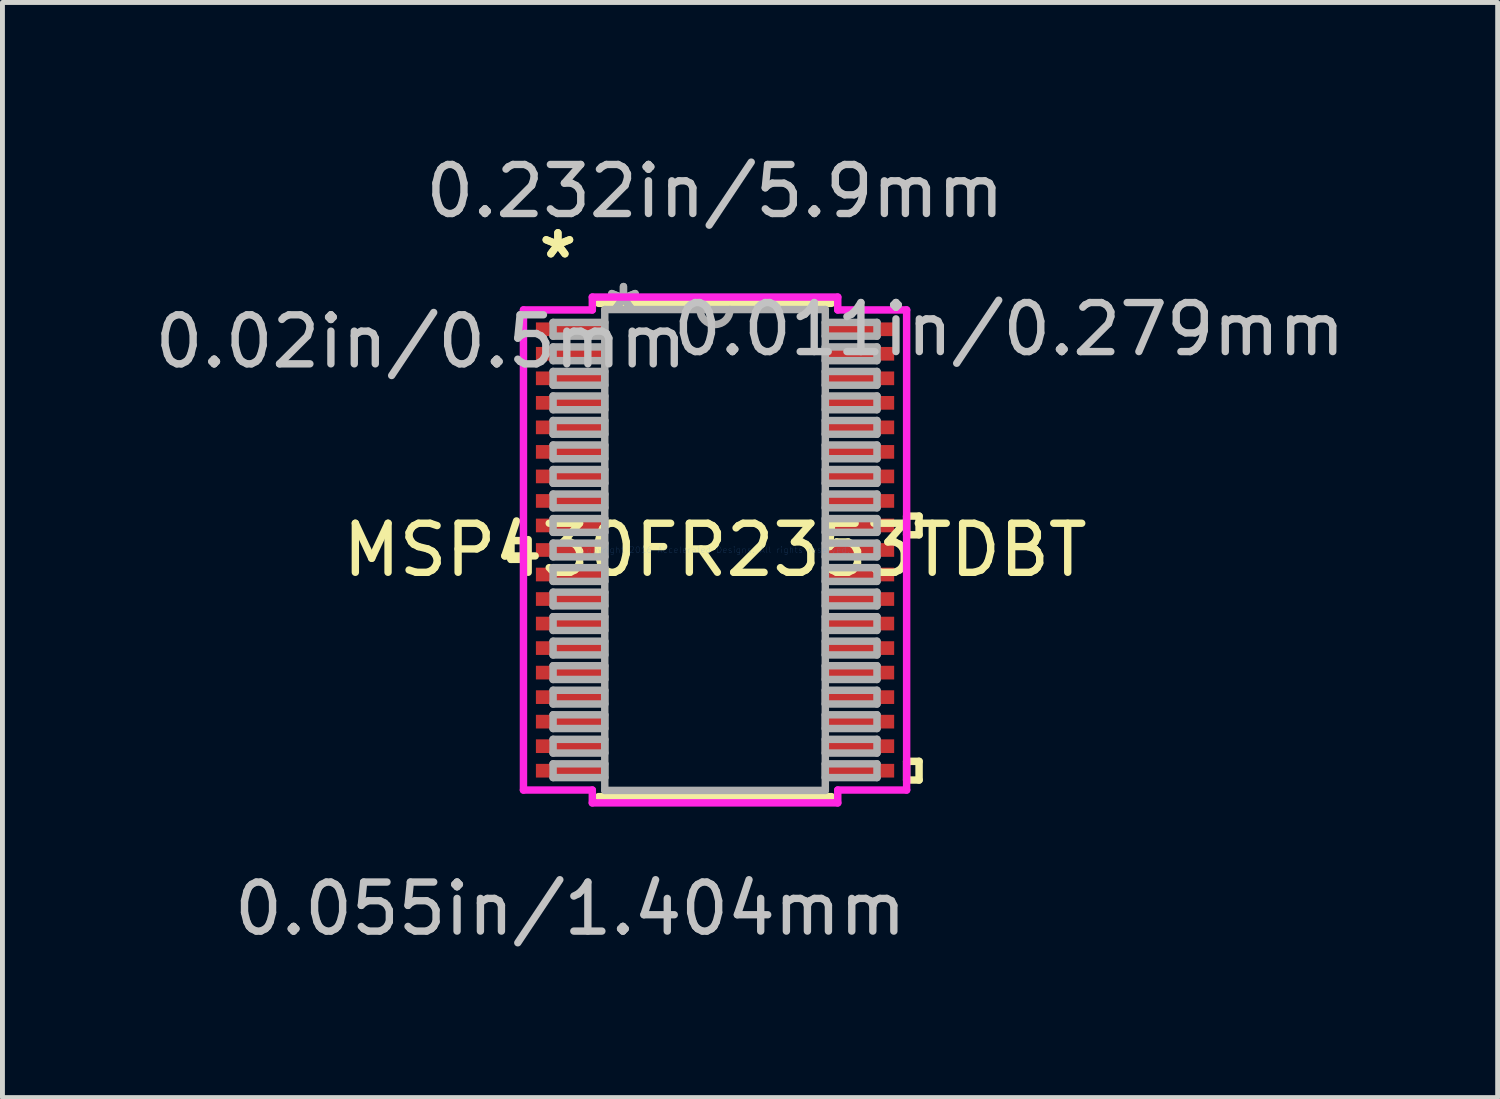
<source format=kicad_pcb>
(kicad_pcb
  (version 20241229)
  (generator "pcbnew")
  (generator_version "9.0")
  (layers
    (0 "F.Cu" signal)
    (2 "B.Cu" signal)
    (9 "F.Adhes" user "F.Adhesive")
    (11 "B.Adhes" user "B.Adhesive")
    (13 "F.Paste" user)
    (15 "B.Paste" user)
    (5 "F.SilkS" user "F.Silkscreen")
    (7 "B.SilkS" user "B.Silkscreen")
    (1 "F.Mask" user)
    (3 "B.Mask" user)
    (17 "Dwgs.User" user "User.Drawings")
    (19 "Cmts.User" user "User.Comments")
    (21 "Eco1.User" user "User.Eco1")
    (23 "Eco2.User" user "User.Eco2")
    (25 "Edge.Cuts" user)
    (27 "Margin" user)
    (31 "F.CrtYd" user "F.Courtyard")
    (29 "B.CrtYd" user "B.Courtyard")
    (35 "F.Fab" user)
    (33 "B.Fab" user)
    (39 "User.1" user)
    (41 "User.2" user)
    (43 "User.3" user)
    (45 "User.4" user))
  (footprint "MSP430FR2353TDBT"
    (layer "F.Cu")
    (at 11.528 8.163)
    (property "Reference" "MSP430FR2353TDBT" (at 0 0 0) (layer "F.SilkS") (effects (font (size 1 1) (thickness 0.15))))
    (attr through_hole)
    (fp_line (start -4.16 -0.191) (end -4.16 0.191) (stroke (width 0.152) (type solid)) (layer "F.SilkS"))
    (fp_line (start -4.16 0.191) (end -3.906 0.191) (stroke (width 0.152) (type solid)) (layer "F.SilkS"))
    (fp_line (start -3.906 -0.191) (end -4.16 -0.191) (stroke (width 0.152) (type solid)) (layer "F.SilkS"))
    (fp_line (start -3.906 0.191) (end -3.906 -0.191) (stroke (width 0.152) (type solid)) (layer "F.SilkS"))
    (fp_line (start -2.375 5.029) (end 2.375 5.029) (stroke (width 0.152) (type solid)) (layer "F.SilkS"))
    (fp_line (start 2.375 -5.029) (end -2.375 -5.029) (stroke (width 0.152) (type solid)) (layer "F.SilkS"))
    (fp_line (start 3.906 -0.691) (end 4.16 -0.691) (stroke (width 0.152) (type solid)) (layer "F.SilkS"))
    (fp_line (start 3.906 -0.31) (end 3.906 -0.691) (stroke (width 0.152) (type solid)) (layer "F.SilkS"))
    (fp_line (start 3.906 4.309) (end 4.16 4.309) (stroke (width 0.152) (type solid)) (layer "F.SilkS"))
    (fp_line (start 3.906 4.69) (end 3.906 4.309) (stroke (width 0.152) (type solid)) (layer "F.SilkS"))
    (fp_line (start 4.16 -0.691) (end 4.16 -0.31) (stroke (width 0.152) (type solid)) (layer "F.SilkS"))
    (fp_line (start 4.16 -0.31) (end 3.906 -0.31) (stroke (width 0.152) (type solid)) (layer "F.SilkS"))
    (fp_line (start 4.16 4.309) (end 4.16 4.69) (stroke (width 0.152) (type solid)) (layer "F.SilkS"))
    (fp_line (start 4.16 4.69) (end 3.906 4.69) (stroke (width 0.152) (type solid)) (layer "F.SilkS"))
    (fp_line (start -3.906 -4.894) (end -2.502 -4.894) (stroke (width 0.152) (type solid)) (layer "F.CrtYd"))
    (fp_line (start -3.906 4.894) (end -3.906 -4.894) (stroke (width 0.152) (type solid)) (layer "F.CrtYd"))
    (fp_line (start -2.502 -5.156) (end 2.502 -5.156) (stroke (width 0.152) (type solid)) (layer "F.CrtYd"))
    (fp_line (start -2.502 -4.894) (end -2.502 -5.156) (stroke (width 0.152) (type solid)) (layer "F.CrtYd"))
    (fp_line (start -2.502 4.894) (end -3.906 4.894) (stroke (width 0.152) (type solid)) (layer "F.CrtYd"))
    (fp_line (start -2.502 5.156) (end -2.502 4.894) (stroke (width 0.152) (type solid)) (layer "F.CrtYd"))
    (fp_line (start 2.502 -5.156) (end 2.502 -4.894) (stroke (width 0.152) (type solid)) (layer "F.CrtYd"))
    (fp_line (start 2.502 -4.894) (end 3.906 -4.894) (stroke (width 0.152) (type solid)) (layer "F.CrtYd"))
    (fp_line (start 2.502 4.894) (end 2.502 5.156) (stroke (width 0.152) (type solid)) (layer "F.CrtYd"))
    (fp_line (start 2.502 5.156) (end -2.502 5.156) (stroke (width 0.152) (type solid)) (layer "F.CrtYd"))
    (fp_line (start 3.906 -4.894) (end 3.906 4.894) (stroke (width 0.152) (type solid)) (layer "F.CrtYd"))
    (fp_line (start 3.906 4.894) (end 2.502 4.894) (stroke (width 0.152) (type solid)) (layer "F.CrtYd"))
    (fp_line (start -3.302 -4.64) (end -3.302 -4.36) (stroke (width 0.152) (type solid)) (layer "F.Fab"))
    (fp_line (start -3.302 -4.36) (end -2.248 -4.36) (stroke (width 0.152) (type solid)) (layer "F.Fab"))
    (fp_line (start -3.302 -4.14) (end -3.302 -3.86) (stroke (width 0.152) (type solid)) (layer "F.Fab"))
    (fp_line (start -3.302 -3.86) (end -2.248 -3.86) (stroke (width 0.152) (type solid)) (layer "F.Fab"))
    (fp_line (start -3.302 -3.64) (end -3.302 -3.36) (stroke (width 0.152) (type solid)) (layer "F.Fab"))
    (fp_line (start -3.302 -3.36) (end -2.248 -3.36) (stroke (width 0.152) (type solid)) (layer "F.Fab"))
    (fp_line (start -3.302 -3.14) (end -3.302 -2.86) (stroke (width 0.152) (type solid)) (layer "F.Fab"))
    (fp_line (start -3.302 -2.86) (end -2.248 -2.86) (stroke (width 0.152) (type solid)) (layer "F.Fab"))
    (fp_line (start -3.302 -2.64) (end -3.302 -2.36) (stroke (width 0.152) (type solid)) (layer "F.Fab"))
    (fp_line (start -3.302 -2.36) (end -2.248 -2.36) (stroke (width 0.152) (type solid)) (layer "F.Fab"))
    (fp_line (start -3.302 -2.14) (end -3.302 -1.86) (stroke (width 0.152) (type solid)) (layer "F.Fab"))
    (fp_line (start -3.302 -1.86) (end -2.248 -1.86) (stroke (width 0.152) (type solid)) (layer "F.Fab"))
    (fp_line (start -3.302 -1.64) (end -3.302 -1.36) (stroke (width 0.152) (type solid)) (layer "F.Fab"))
    (fp_line (start -3.302 -1.36) (end -2.248 -1.36) (stroke (width 0.152) (type solid)) (layer "F.Fab"))
    (fp_line (start -3.302 -1.14) (end -3.302 -0.86) (stroke (width 0.152) (type solid)) (layer "F.Fab"))
    (fp_line (start -3.302 -0.86) (end -2.248 -0.86) (stroke (width 0.152) (type solid)) (layer "F.Fab"))
    (fp_line (start -3.302 -0.64) (end -3.302 -0.36) (stroke (width 0.152) (type solid)) (layer "F.Fab"))
    (fp_line (start -3.302 -0.36) (end -2.248 -0.36) (stroke (width 0.152) (type solid)) (layer "F.Fab"))
    (fp_line (start -3.302 -0.14) (end -3.302 0.14) (stroke (width 0.152) (type solid)) (layer "F.Fab"))
    (fp_line (start -3.302 0.14) (end -2.248 0.14) (stroke (width 0.152) (type solid)) (layer "F.Fab"))
    (fp_line (start -3.302 0.36) (end -3.302 0.64) (stroke (width 0.152) (type solid)) (layer "F.Fab"))
    (fp_line (start -3.302 0.64) (end -2.248 0.64) (stroke (width 0.152) (type solid)) (layer "F.Fab"))
    (fp_line (start -3.302 0.86) (end -3.302 1.14) (stroke (width 0.152) (type solid)) (layer "F.Fab"))
    (fp_line (start -3.302 1.14) (end -2.248 1.14) (stroke (width 0.152) (type solid)) (layer "F.Fab"))
    (fp_line (start -3.302 1.36) (end -3.302 1.64) (stroke (width 0.152) (type solid)) (layer "F.Fab"))
    (fp_line (start -3.302 1.64) (end -2.248 1.64) (stroke (width 0.152) (type solid)) (layer "F.Fab"))
    (fp_line (start -3.302 1.86) (end -3.302 2.14) (stroke (width 0.152) (type solid)) (layer "F.Fab"))
    (fp_line (start -3.302 2.14) (end -2.248 2.14) (stroke (width 0.152) (type solid)) (layer "F.Fab"))
    (fp_line (start -3.302 2.36) (end -3.302 2.64) (stroke (width 0.152) (type solid)) (layer "F.Fab"))
    (fp_line (start -3.302 2.64) (end -2.248 2.64) (stroke (width 0.152) (type solid)) (layer "F.Fab"))
    (fp_line (start -3.302 2.86) (end -3.302 3.14) (stroke (width 0.152) (type solid)) (layer "F.Fab"))
    (fp_line (start -3.302 3.14) (end -2.248 3.14) (stroke (width 0.152) (type solid)) (layer "F.Fab"))
    (fp_line (start -3.302 3.36) (end -3.302 3.64) (stroke (width 0.152) (type solid)) (layer "F.Fab"))
    (fp_line (start -3.302 3.64) (end -2.248 3.64) (stroke (width 0.152) (type solid)) (layer "F.Fab"))
    (fp_line (start -3.302 3.86) (end -3.302 4.14) (stroke (width 0.152) (type solid)) (layer "F.Fab"))
    (fp_line (start -3.302 4.14) (end -2.248 4.14) (stroke (width 0.152) (type solid)) (layer "F.Fab"))
    (fp_line (start -3.302 4.36) (end -3.302 4.64) (stroke (width 0.152) (type solid)) (layer "F.Fab"))
    (fp_line (start -3.302 4.64) (end -2.248 4.64) (stroke (width 0.152) (type solid)) (layer "F.Fab"))
    (fp_line (start -2.248 -4.902) (end -2.248 4.902) (stroke (width 0.152) (type solid)) (layer "F.Fab"))
    (fp_line (start -2.248 -4.64) (end -3.302 -4.64) (stroke (width 0.152) (type solid)) (layer "F.Fab"))
    (fp_line (start -2.248 -4.36) (end -2.248 -4.64) (stroke (width 0.152) (type solid)) (layer "F.Fab"))
    (fp_line (start -2.248 -4.14) (end -3.302 -4.14) (stroke (width 0.152) (type solid)) (layer "F.Fab"))
    (fp_line (start -2.248 -3.86) (end -2.248 -4.14) (stroke (width 0.152) (type solid)) (layer "F.Fab"))
    (fp_line (start -2.248 -3.64) (end -3.302 -3.64) (stroke (width 0.152) (type solid)) (layer "F.Fab"))
    (fp_line (start -2.248 -3.36) (end -2.248 -3.64) (stroke (width 0.152) (type solid)) (layer "F.Fab"))
    (fp_line (start -2.248 -3.14) (end -3.302 -3.14) (stroke (width 0.152) (type solid)) (layer "F.Fab"))
    (fp_line (start -2.248 -2.86) (end -2.248 -3.14) (stroke (width 0.152) (type solid)) (layer "F.Fab"))
    (fp_line (start -2.248 -2.64) (end -3.302 -2.64) (stroke (width 0.152) (type solid)) (layer "F.Fab"))
    (fp_line (start -2.248 -2.36) (end -2.248 -2.64) (stroke (width 0.152) (type solid)) (layer "F.Fab"))
    (fp_line (start -2.248 -2.14) (end -3.302 -2.14) (stroke (width 0.152) (type solid)) (layer "F.Fab"))
    (fp_line (start -2.248 -1.86) (end -2.248 -2.14) (stroke (width 0.152) (type solid)) (layer "F.Fab"))
    (fp_line (start -2.248 -1.64) (end -3.302 -1.64) (stroke (width 0.152) (type solid)) (layer "F.Fab"))
    (fp_line (start -2.248 -1.36) (end -2.248 -1.64) (stroke (width 0.152) (type solid)) (layer "F.Fab"))
    (fp_line (start -2.248 -1.14) (end -3.302 -1.14) (stroke (width 0.152) (type solid)) (layer "F.Fab"))
    (fp_line (start -2.248 -0.86) (end -2.248 -1.14) (stroke (width 0.152) (type solid)) (layer "F.Fab"))
    (fp_line (start -2.248 -0.64) (end -3.302 -0.64) (stroke (width 0.152) (type solid)) (layer "F.Fab"))
    (fp_line (start -2.248 -0.36) (end -2.248 -0.64) (stroke (width 0.152) (type solid)) (layer "F.Fab"))
    (fp_line (start -2.248 -0.14) (end -3.302 -0.14) (stroke (width 0.152) (type solid)) (layer "F.Fab"))
    (fp_line (start -2.248 0.14) (end -2.248 -0.14) (stroke (width 0.152) (type solid)) (layer "F.Fab"))
    (fp_line (start -2.248 0.36) (end -3.302 0.36) (stroke (width 0.152) (type solid)) (layer "F.Fab"))
    (fp_line (start -2.248 0.64) (end -2.248 0.36) (stroke (width 0.152) (type solid)) (layer "F.Fab"))
    (fp_line (start -2.248 0.86) (end -3.302 0.86) (stroke (width 0.152) (type solid)) (layer "F.Fab"))
    (fp_line (start -2.248 1.14) (end -2.248 0.86) (stroke (width 0.152) (type solid)) (layer "F.Fab"))
    (fp_line (start -2.248 1.36) (end -3.302 1.36) (stroke (width 0.152) (type solid)) (layer "F.Fab"))
    (fp_line (start -2.248 1.64) (end -2.248 1.36) (stroke (width 0.152) (type solid)) (layer "F.Fab"))
    (fp_line (start -2.248 1.86) (end -3.302 1.86) (stroke (width 0.152) (type solid)) (layer "F.Fab"))
    (fp_line (start -2.248 2.14) (end -2.248 1.86) (stroke (width 0.152) (type solid)) (layer "F.Fab"))
    (fp_line (start -2.248 2.36) (end -3.302 2.36) (stroke (width 0.152) (type solid)) (layer "F.Fab"))
    (fp_line (start -2.248 2.64) (end -2.248 2.36) (stroke (width 0.152) (type solid)) (layer "F.Fab"))
    (fp_line (start -2.248 2.86) (end -3.302 2.86) (stroke (width 0.152) (type solid)) (layer "F.Fab"))
    (fp_line (start -2.248 3.14) (end -2.248 2.86) (stroke (width 0.152) (type solid)) (layer "F.Fab"))
    (fp_line (start -2.248 3.36) (end -3.302 3.36) (stroke (width 0.152) (type solid)) (layer "F.Fab"))
    (fp_line (start -2.248 3.64) (end -2.248 3.36) (stroke (width 0.152) (type solid)) (layer "F.Fab"))
    (fp_line (start -2.248 3.86) (end -3.302 3.86) (stroke (width 0.152) (type solid)) (layer "F.Fab"))
    (fp_line (start -2.248 4.14) (end -2.248 3.86) (stroke (width 0.152) (type solid)) (layer "F.Fab"))
    (fp_line (start -2.248 4.36) (end -3.302 4.36) (stroke (width 0.152) (type solid)) (layer "F.Fab"))
    (fp_line (start -2.248 4.64) (end -2.248 4.36) (stroke (width 0.152) (type solid)) (layer "F.Fab"))
    (fp_line (start -2.248 4.902) (end 2.248 4.902) (stroke (width 0.152) (type solid)) (layer "F.Fab"))
    (fp_line (start 2.248 -4.902) (end -2.248 -4.902) (stroke (width 0.152) (type solid)) (layer "F.Fab"))
    (fp_line (start 2.248 -4.64) (end 2.248 -4.36) (stroke (width 0.152) (type solid)) (layer "F.Fab"))
    (fp_line (start 2.248 -4.36) (end 3.302 -4.36) (stroke (width 0.152) (type solid)) (layer "F.Fab"))
    (fp_line (start 2.248 -4.14) (end 2.248 -3.86) (stroke (width 0.152) (type solid)) (layer "F.Fab"))
    (fp_line (start 2.248 -3.86) (end 3.302 -3.86) (stroke (width 0.152) (type solid)) (layer "F.Fab"))
    (fp_line (start 2.248 -3.64) (end 2.248 -3.36) (stroke (width 0.152) (type solid)) (layer "F.Fab"))
    (fp_line (start 2.248 -3.36) (end 3.302 -3.36) (stroke (width 0.152) (type solid)) (layer "F.Fab"))
    (fp_line (start 2.248 -3.14) (end 2.248 -2.86) (stroke (width 0.152) (type solid)) (layer "F.Fab"))
    (fp_line (start 2.248 -2.86) (end 3.302 -2.86) (stroke (width 0.152) (type solid)) (layer "F.Fab"))
    (fp_line (start 2.248 -2.64) (end 2.248 -2.36) (stroke (width 0.152) (type solid)) (layer "F.Fab"))
    (fp_line (start 2.248 -2.36) (end 3.302 -2.36) (stroke (width 0.152) (type solid)) (layer "F.Fab"))
    (fp_line (start 2.248 -2.14) (end 2.248 -1.86) (stroke (width 0.152) (type solid)) (layer "F.Fab"))
    (fp_line (start 2.248 -1.86) (end 3.302 -1.86) (stroke (width 0.152) (type solid)) (layer "F.Fab"))
    (fp_line (start 2.248 -1.64) (end 2.248 -1.36) (stroke (width 0.152) (type solid)) (layer "F.Fab"))
    (fp_line (start 2.248 -1.36) (end 3.302 -1.36) (stroke (width 0.152) (type solid)) (layer "F.Fab"))
    (fp_line (start 2.248 -1.14) (end 2.248 -0.86) (stroke (width 0.152) (type solid)) (layer "F.Fab"))
    (fp_line (start 2.248 -0.86) (end 3.302 -0.86) (stroke (width 0.152) (type solid)) (layer "F.Fab"))
    (fp_line (start 2.248 -0.64) (end 2.248 -0.36) (stroke (width 0.152) (type solid)) (layer "F.Fab"))
    (fp_line (start 2.248 -0.36) (end 3.302 -0.36) (stroke (width 0.152) (type solid)) (layer "F.Fab"))
    (fp_line (start 2.248 -0.14) (end 2.248 0.14) (stroke (width 0.152) (type solid)) (layer "F.Fab"))
    (fp_line (start 2.248 0.14) (end 3.302 0.14) (stroke (width 0.152) (type solid)) (layer "F.Fab"))
    (fp_line (start 2.248 0.36) (end 2.248 0.64) (stroke (width 0.152) (type solid)) (layer "F.Fab"))
    (fp_line (start 2.248 0.64) (end 3.302 0.64) (stroke (width 0.152) (type solid)) (layer "F.Fab"))
    (fp_line (start 2.248 0.86) (end 2.248 1.14) (stroke (width 0.152) (type solid)) (layer "F.Fab"))
    (fp_line (start 2.248 1.14) (end 3.302 1.14) (stroke (width 0.152) (type solid)) (layer "F.Fab"))
    (fp_line (start 2.248 1.36) (end 2.248 1.64) (stroke (width 0.152) (type solid)) (layer "F.Fab"))
    (fp_line (start 2.248 1.64) (end 3.302 1.64) (stroke (width 0.152) (type solid)) (layer "F.Fab"))
    (fp_line (start 2.248 1.86) (end 2.248 2.14) (stroke (width 0.152) (type solid)) (layer "F.Fab"))
    (fp_line (start 2.248 2.14) (end 3.302 2.14) (stroke (width 0.152) (type solid)) (layer "F.Fab"))
    (fp_line (start 2.248 2.36) (end 2.248 2.64) (stroke (width 0.152) (type solid)) (layer "F.Fab"))
    (fp_line (start 2.248 2.64) (end 3.302 2.64) (stroke (width 0.152) (type solid)) (layer "F.Fab"))
    (fp_line (start 2.248 2.86) (end 2.248 3.14) (stroke (width 0.152) (type solid)) (layer "F.Fab"))
    (fp_line (start 2.248 3.14) (end 3.302 3.14) (stroke (width 0.152) (type solid)) (layer "F.Fab"))
    (fp_line (start 2.248 3.36) (end 2.248 3.64) (stroke (width 0.152) (type solid)) (layer "F.Fab"))
    (fp_line (start 2.248 3.64) (end 3.302 3.64) (stroke (width 0.152) (type solid)) (layer "F.Fab"))
    (fp_line (start 2.248 3.86) (end 2.248 4.14) (stroke (width 0.152) (type solid)) (layer "F.Fab"))
    (fp_line (start 2.248 4.14) (end 3.302 4.14) (stroke (width 0.152) (type solid)) (layer "F.Fab"))
    (fp_line (start 2.248 4.36) (end 2.248 4.64) (stroke (width 0.152) (type solid)) (layer "F.Fab"))
    (fp_line (start 2.248 4.64) (end 3.302 4.64) (stroke (width 0.152) (type solid)) (layer "F.Fab"))
    (fp_line (start 2.248 4.902) (end 2.248 -4.902) (stroke (width 0.152) (type solid)) (layer "F.Fab"))
    (fp_line (start 3.302 -4.64) (end 2.248 -4.64) (stroke (width 0.152) (type solid)) (layer "F.Fab"))
    (fp_line (start 3.302 -4.36) (end 3.302 -4.64) (stroke (width 0.152) (type solid)) (layer "F.Fab"))
    (fp_line (start 3.302 -4.14) (end 2.248 -4.14) (stroke (width 0.152) (type solid)) (layer "F.Fab"))
    (fp_line (start 3.302 -3.86) (end 3.302 -4.14) (stroke (width 0.152) (type solid)) (layer "F.Fab"))
    (fp_line (start 3.302 -3.64) (end 2.248 -3.64) (stroke (width 0.152) (type solid)) (layer "F.Fab"))
    (fp_line (start 3.302 -3.36) (end 3.302 -3.64) (stroke (width 0.152) (type solid)) (layer "F.Fab"))
    (fp_line (start 3.302 -3.14) (end 2.248 -3.14) (stroke (width 0.152) (type solid)) (layer "F.Fab"))
    (fp_line (start 3.302 -2.86) (end 3.302 -3.14) (stroke (width 0.152) (type solid)) (layer "F.Fab"))
    (fp_line (start 3.302 -2.64) (end 2.248 -2.64) (stroke (width 0.152) (type solid)) (layer "F.Fab"))
    (fp_line (start 3.302 -2.36) (end 3.302 -2.64) (stroke (width 0.152) (type solid)) (layer "F.Fab"))
    (fp_line (start 3.302 -2.14) (end 2.248 -2.14) (stroke (width 0.152) (type solid)) (layer "F.Fab"))
    (fp_line (start 3.302 -1.86) (end 3.302 -2.14) (stroke (width 0.152) (type solid)) (layer "F.Fab"))
    (fp_line (start 3.302 -1.64) (end 2.248 -1.64) (stroke (width 0.152) (type solid)) (layer "F.Fab"))
    (fp_line (start 3.302 -1.36) (end 3.302 -1.64) (stroke (width 0.152) (type solid)) (layer "F.Fab"))
    (fp_line (start 3.302 -1.14) (end 2.248 -1.14) (stroke (width 0.152) (type solid)) (layer "F.Fab"))
    (fp_line (start 3.302 -0.86) (end 3.302 -1.14) (stroke (width 0.152) (type solid)) (layer "F.Fab"))
    (fp_line (start 3.302 -0.64) (end 2.248 -0.64) (stroke (width 0.152) (type solid)) (layer "F.Fab"))
    (fp_line (start 3.302 -0.36) (end 3.302 -0.64) (stroke (width 0.152) (type solid)) (layer "F.Fab"))
    (fp_line (start 3.302 -0.14) (end 2.248 -0.14) (stroke (width 0.152) (type solid)) (layer "F.Fab"))
    (fp_line (start 3.302 0.14) (end 3.302 -0.14) (stroke (width 0.152) (type solid)) (layer "F.Fab"))
    (fp_line (start 3.302 0.36) (end 2.248 0.36) (stroke (width 0.152) (type solid)) (layer "F.Fab"))
    (fp_line (start 3.302 0.64) (end 3.302 0.36) (stroke (width 0.152) (type solid)) (layer "F.Fab"))
    (fp_line (start 3.302 0.86) (end 2.248 0.86) (stroke (width 0.152) (type solid)) (layer "F.Fab"))
    (fp_line (start 3.302 1.14) (end 3.302 0.86) (stroke (width 0.152) (type solid)) (layer "F.Fab"))
    (fp_line (start 3.302 1.36) (end 2.248 1.36) (stroke (width 0.152) (type solid)) (layer "F.Fab"))
    (fp_line (start 3.302 1.64) (end 3.302 1.36) (stroke (width 0.152) (type solid)) (layer "F.Fab"))
    (fp_line (start 3.302 1.86) (end 2.248 1.86) (stroke (width 0.152) (type solid)) (layer "F.Fab"))
    (fp_line (start 3.302 2.14) (end 3.302 1.86) (stroke (width 0.152) (type solid)) (layer "F.Fab"))
    (fp_line (start 3.302 2.36) (end 2.248 2.36) (stroke (width 0.152) (type solid)) (layer "F.Fab"))
    (fp_line (start 3.302 2.64) (end 3.302 2.36) (stroke (width 0.152) (type solid)) (layer "F.Fab"))
    (fp_line (start 3.302 2.86) (end 2.248 2.86) (stroke (width 0.152) (type solid)) (layer "F.Fab"))
    (fp_line (start 3.302 3.14) (end 3.302 2.86) (stroke (width 0.152) (type solid)) (layer "F.Fab"))
    (fp_line (start 3.302 3.36) (end 2.248 3.36) (stroke (width 0.152) (type solid)) (layer "F.Fab"))
    (fp_line (start 3.302 3.64) (end 3.302 3.36) (stroke (width 0.152) (type solid)) (layer "F.Fab"))
    (fp_line (start 3.302 3.86) (end 2.248 3.86) (stroke (width 0.152) (type solid)) (layer "F.Fab"))
    (fp_line (start 3.302 4.14) (end 3.302 3.86) (stroke (width 0.152) (type solid)) (layer "F.Fab"))
    (fp_line (start 3.302 4.36) (end 2.248 4.36) (stroke (width 0.152) (type solid)) (layer "F.Fab"))
    (fp_line (start 3.302 4.64) (end 3.302 4.36) (stroke (width 0.152) (type solid)) (layer "F.Fab"))
    (fp_arc (start 0.3048 -4.9022) (mid 0 -4.5974) (end -0.3048 -4.9022) (stroke (width 0.1524) (type solid)) (layer "F.Fab"))
    (fp_text user "*" (at -3.204 -5.922 0) (layer "F.SilkS") (effects (font (size 1 1) (thickness 0.15))))
    (fp_text user "*" (at -3.204 -5.922 0) (layer "F.SilkS") (effects (font (size 1 1) (thickness 0.15))))
    (fp_text user "0.011in/0.279mm" (at 5.998 -4.5 0) (layer "Dwgs.User") (effects (font (size 1 1) (thickness 0.15))))
    (fp_text user "0.02in/0.5mm" (at -5.998 -4.25 0) (layer "Dwgs.User") (effects (font (size 1 1) (thickness 0.15))))
    (fp_text user "0.232in/5.9mm" (at 0 -7.315 0) (layer "Dwgs.User") (effects (font (size 1 1) (thickness 0.15))))
    (fp_text user "0.055in/1.404mm" (at -2.95 7.315 0) (layer "Dwgs.User") (effects (font (size 1 1) (thickness 0.15))))
    (fp_text user "Copyright 2016 Accelerated Designs. All rights reserved." (at 0 0 0) (layer "Cmts.User") (effects (font (size 0.127 0.127) (thickness 0.002))))
    (fp_text user "*" (at -1.867 -4.826 0) (layer "F.Fab") (effects (font (size 1 1) (thickness 0.15))))
    (fp_text user "*" (at -1.867 -4.826 0) (layer "F.Fab") (effects (font (size 1 1) (thickness 0.15))))
    (pad "1" smd rect (at -2.95 -4.5) (size 1.404 0.279) (layers "F.Cu" "F.Mask" "F.Paste"))
    (pad "2" smd rect (at -2.95 -4) (size 1.404 0.279) (layers "F.Cu" "F.Mask" "F.Paste"))
    (pad "3" smd rect (at -2.95 -3.5) (size 1.404 0.279) (layers "F.Cu" "F.Mask" "F.Paste"))
    (pad "4" smd rect (at -2.95 -3) (size 1.404 0.279) (layers "F.Cu" "F.Mask" "F.Paste"))
    (pad "5" smd rect (at -2.95 -2.5) (size 1.404 0.279) (layers "F.Cu" "F.Mask" "F.Paste"))
    (pad "6" smd rect (at -2.95 -2) (size 1.404 0.279) (layers "F.Cu" "F.Mask" "F.Paste"))
    (pad "7" smd rect (at -2.95 -1.5) (size 1.404 0.279) (layers "F.Cu" "F.Mask" "F.Paste"))
    (pad "8" smd rect (at -2.95 -1) (size 1.404 0.279) (layers "F.Cu" "F.Mask" "F.Paste"))
    (pad "9" smd rect (at -2.95 -0.5) (size 1.404 0.279) (layers "F.Cu" "F.Mask" "F.Paste"))
    (pad "10" smd rect (at -2.95 0) (size 1.404 0.279) (layers "F.Cu" "F.Mask" "F.Paste"))
    (pad "11" smd rect (at -2.95 0.5) (size 1.404 0.279) (layers "F.Cu" "F.Mask" "F.Paste"))
    (pad "12" smd rect (at -2.95 1) (size 1.404 0.279) (layers "F.Cu" "F.Mask" "F.Paste"))
    (pad "13" smd rect (at -2.95 1.5) (size 1.404 0.279) (layers "F.Cu" "F.Mask" "F.Paste"))
    (pad "14" smd rect (at -2.95 2) (size 1.404 0.279) (layers "F.Cu" "F.Mask" "F.Paste"))
    (pad "15" smd rect (at -2.95 2.5) (size 1.404 0.279) (layers "F.Cu" "F.Mask" "F.Paste"))
    (pad "16" smd rect (at -2.95 3) (size 1.404 0.279) (layers "F.Cu" "F.Mask" "F.Paste"))
    (pad "17" smd rect (at -2.95 3.5) (size 1.404 0.279) (layers "F.Cu" "F.Mask" "F.Paste"))
    (pad "18" smd rect (at -2.95 4) (size 1.404 0.279) (layers "F.Cu" "F.Mask" "F.Paste"))
    (pad "19" smd rect (at -2.95 4.5) (size 1.404 0.279) (layers "F.Cu" "F.Mask" "F.Paste"))
    (pad "20" smd rect (at 2.95 4.5) (size 1.404 0.279) (layers "F.Cu" "F.Mask" "F.Paste"))
    (pad "21" smd rect (at 2.95 4) (size 1.404 0.279) (layers "F.Cu" "F.Mask" "F.Paste"))
    (pad "22" smd rect (at 2.95 3.5) (size 1.404 0.279) (layers "F.Cu" "F.Mask" "F.Paste"))
    (pad "23" smd rect (at 2.95 3) (size 1.404 0.279) (layers "F.Cu" "F.Mask" "F.Paste"))
    (pad "24" smd rect (at 2.95 2.5) (size 1.404 0.279) (layers "F.Cu" "F.Mask" "F.Paste"))
    (pad "25" smd rect (at 2.95 2) (size 1.404 0.279) (layers "F.Cu" "F.Mask" "F.Paste"))
    (pad "26" smd rect (at 2.95 1.5) (size 1.404 0.279) (layers "F.Cu" "F.Mask" "F.Paste"))
    (pad "27" smd rect (at 2.95 1) (size 1.404 0.279) (layers "F.Cu" "F.Mask" "F.Paste"))
    (pad "28" smd rect (at 2.95 0.5) (size 1.404 0.279) (layers "F.Cu" "F.Mask" "F.Paste"))
    (pad "29" smd rect (at 2.95 0) (size 1.404 0.279) (layers "F.Cu" "F.Mask" "F.Paste"))
    (pad "30" smd rect (at 2.95 -0.5) (size 1.404 0.279) (layers "F.Cu" "F.Mask" "F.Paste"))
    (pad "31" smd rect (at 2.95 -1) (size 1.404 0.279) (layers "F.Cu" "F.Mask" "F.Paste"))
    (pad "32" smd rect (at 2.95 -1.5) (size 1.404 0.279) (layers "F.Cu" "F.Mask" "F.Paste"))
    (pad "33" smd rect (at 2.95 -2) (size 1.404 0.279) (layers "F.Cu" "F.Mask" "F.Paste"))
    (pad "34" smd rect (at 2.95 -2.5) (size 1.404 0.279) (layers "F.Cu" "F.Mask" "F.Paste"))
    (pad "35" smd rect (at 2.95 -3) (size 1.404 0.279) (layers "F.Cu" "F.Mask" "F.Paste"))
    (pad "36" smd rect (at 2.95 -3.5) (size 1.404 0.279) (layers "F.Cu" "F.Mask" "F.Paste"))
    (pad "37" smd rect (at 2.95 -4) (size 1.404 0.279) (layers "F.Cu" "F.Mask" "F.Paste"))
    (pad "38" smd rect (at 2.95 -4.5) (size 1.404 0.279) (layers "F.Cu" "F.Mask" "F.Paste")))
  (gr_rect
    (start -3 -3)
    (end 27.484 19.327)
    (stroke (width 0.1) (type default))
    (fill no)
    (layer "Edge.Cuts")))
</source>
